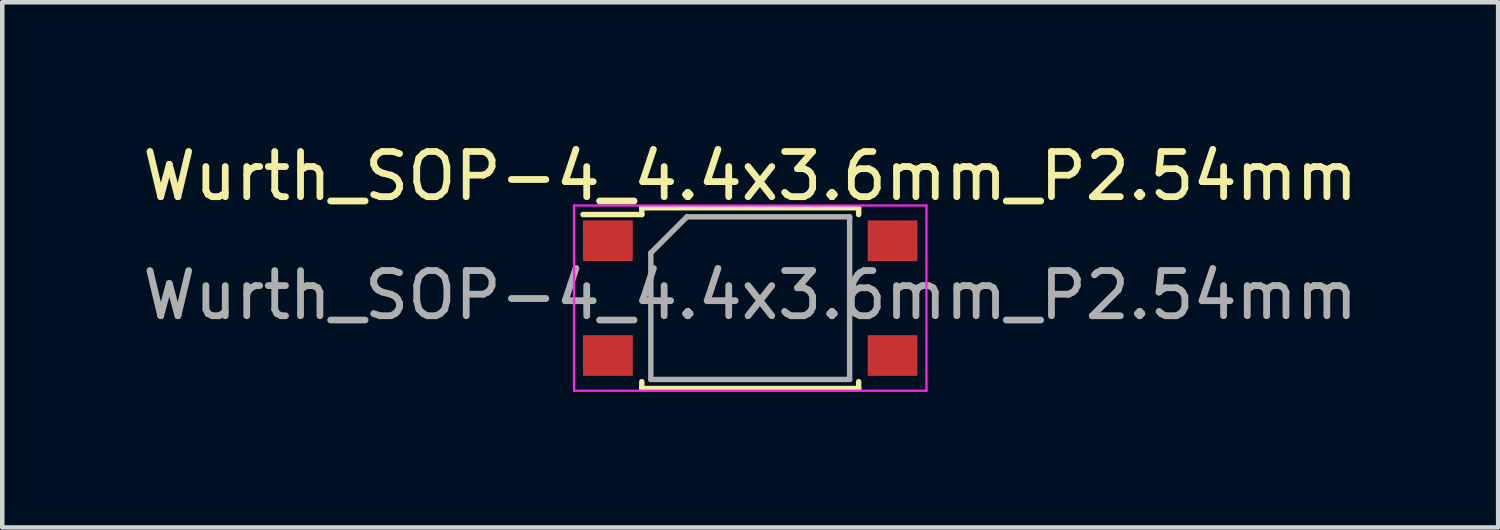
<source format=kicad_pcb>
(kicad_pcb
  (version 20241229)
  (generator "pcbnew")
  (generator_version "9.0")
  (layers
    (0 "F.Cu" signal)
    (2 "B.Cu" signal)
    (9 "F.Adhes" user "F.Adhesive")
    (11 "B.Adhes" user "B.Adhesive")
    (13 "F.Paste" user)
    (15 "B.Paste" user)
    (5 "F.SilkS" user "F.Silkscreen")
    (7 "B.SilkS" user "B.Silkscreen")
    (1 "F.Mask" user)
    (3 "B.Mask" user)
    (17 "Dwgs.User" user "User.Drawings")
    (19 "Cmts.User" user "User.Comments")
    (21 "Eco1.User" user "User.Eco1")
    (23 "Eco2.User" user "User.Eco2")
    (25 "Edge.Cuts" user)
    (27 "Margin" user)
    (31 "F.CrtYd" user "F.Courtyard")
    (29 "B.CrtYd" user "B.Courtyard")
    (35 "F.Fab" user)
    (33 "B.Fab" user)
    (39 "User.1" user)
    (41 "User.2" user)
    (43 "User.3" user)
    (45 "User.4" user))
  (footprint "Wurth_SOP-4_4.4x3.6mm_P2.54mm"
    (layer "F.Cu")
    (at 13.554 3.548)
    (property "Reference" "Wurth_SOP-4_4.4x3.6mm_P2.54mm" (at 0 -2.7 0) (layer "F.SilkS") (effects (font (size 1 1) (thickness 0.15))))
    (attr smd)
    (fp_line (start -2.4 -2) (end 2.4 -2) (stroke (width 0.12) (type solid)) (layer "F.SilkS"))
    (fp_line (start -2.4 -1.85) (end -3.7 -1.85) (stroke (width 0.12) (type solid)) (layer "F.SilkS"))
    (fp_line (start -2.4 -1.85) (end -2.4 -2) (stroke (width 0.12) (type solid)) (layer "F.SilkS"))
    (fp_line (start -2.4 2) (end -2.4 1.85) (stroke (width 0.12) (type solid)) (layer "F.SilkS"))
    (fp_line (start 2.4 -2) (end 2.4 -1.85) (stroke (width 0.12) (type solid)) (layer "F.SilkS"))
    (fp_line (start 2.4 1.85) (end 2.4 2) (stroke (width 0.12) (type solid)) (layer "F.SilkS"))
    (fp_line (start 2.4 2) (end -2.4 2) (stroke (width 0.12) (type solid)) (layer "F.SilkS"))
    (fp_line (start -3.9 -2.05) (end -3.9 2.05) (stroke (width 0.05) (type solid)) (layer "F.CrtYd"))
    (fp_line (start -3.9 -2.05) (end 3.9 -2.05) (stroke (width 0.05) (type solid)) (layer "F.CrtYd"))
    (fp_line (start 3.9 2.05) (end -3.9 2.05) (stroke (width 0.05) (type solid)) (layer "F.CrtYd"))
    (fp_line (start 3.9 2.05) (end 3.9 -2.05) (stroke (width 0.05) (type solid)) (layer "F.CrtYd"))
    (fp_line (start -2.2 -1) (end -1.4 -1.8) (stroke (width 0.12) (type solid)) (layer "F.Fab"))
    (fp_line (start -2.2 1.8) (end -2.2 -1) (stroke (width 0.12) (type solid)) (layer "F.Fab"))
    (fp_line (start -1.4 -1.8) (end 2.2 -1.8) (stroke (width 0.12) (type solid)) (layer "F.Fab"))
    (fp_line (start 2.2 -1.8) (end 2.2 1.8) (stroke (width 0.12) (type solid)) (layer "F.Fab"))
    (fp_line (start 2.2 1.8) (end -2.2 1.8) (stroke (width 0.12) (type solid)) (layer "F.Fab"))
    (fp_text user "${REFERENCE}" (at 0 -0.065 0) (layer "F.Fab") (effects (font (size 1 1) (thickness 0.15))))
    (pad "1" smd rect (at -3.15 -1.27) (size 1.1 0.9) (layers "F.Cu" "F.Mask" "F.Paste"))
    (pad "2" smd rect (at -3.15 1.27) (size 1.1 0.9) (layers "F.Cu" "F.Mask" "F.Paste"))
    (pad "3" smd rect (at 3.15 1.27) (size 1.1 0.9) (layers "F.Cu" "F.Mask" "F.Paste"))
    (pad "4" smd rect (at 3.15 -1.27) (size 1.1 0.9) (layers "F.Cu" "F.Mask" "F.Paste")))
  (gr_rect
    (start -3 -3)
    (end 30.107 8.623)
    (stroke (width 0.1) (type default))
    (fill no)
    (layer "Edge.Cuts")))
</source>
